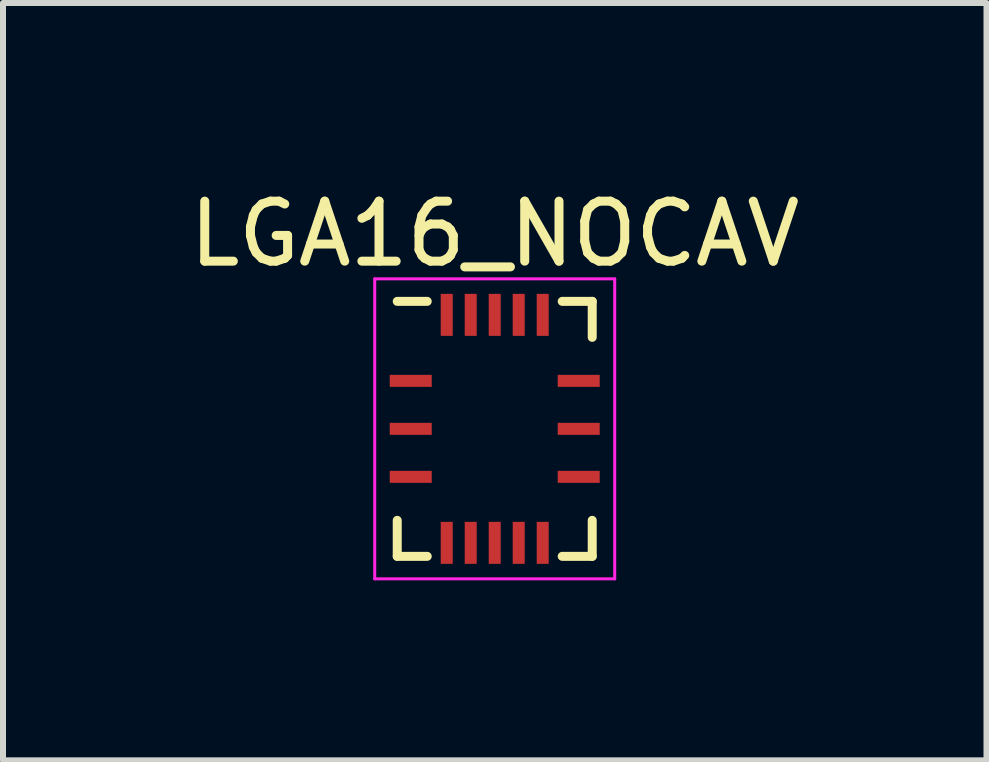
<source format=kicad_pcb>
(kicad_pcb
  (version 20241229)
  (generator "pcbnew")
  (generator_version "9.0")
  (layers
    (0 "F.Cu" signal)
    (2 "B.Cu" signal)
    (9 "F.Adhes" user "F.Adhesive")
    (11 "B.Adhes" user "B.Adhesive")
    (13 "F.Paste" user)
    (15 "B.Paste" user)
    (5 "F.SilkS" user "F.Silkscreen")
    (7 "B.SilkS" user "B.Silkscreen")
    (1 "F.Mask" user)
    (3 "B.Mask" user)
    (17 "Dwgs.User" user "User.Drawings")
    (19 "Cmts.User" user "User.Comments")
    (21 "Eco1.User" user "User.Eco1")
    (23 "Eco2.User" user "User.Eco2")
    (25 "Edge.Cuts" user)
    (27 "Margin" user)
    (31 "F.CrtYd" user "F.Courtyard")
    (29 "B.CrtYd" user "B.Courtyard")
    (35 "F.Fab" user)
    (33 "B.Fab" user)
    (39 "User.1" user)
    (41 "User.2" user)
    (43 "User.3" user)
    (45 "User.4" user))
  (footprint "LGA16_NOCAV"
    (layer "F.Cu")
    (at 5.196 4.098)
    (property "Reference" "LGA16_NOCAV" (at 0 -3.25 0) (layer "F.SilkS") (effects (font (size 1 1) (thickness 0.15))))
    (attr smd)
    (fp_line (start -1.625 -2.125) (end -1.125 -2.125) (stroke (width 0.15) (type solid)) (layer "F.SilkS"))
    (fp_line (start -1.625 2.125) (end -1.625 1.525) (stroke (width 0.15) (type solid)) (layer "F.SilkS"))
    (fp_line (start -1.625 2.125) (end -1.125 2.125) (stroke (width 0.15) (type solid)) (layer "F.SilkS"))
    (fp_line (start 1.625 -2.125) (end 1.125 -2.125) (stroke (width 0.15) (type solid)) (layer "F.SilkS"))
    (fp_line (start 1.625 -2.125) (end 1.625 -1.525) (stroke (width 0.15) (type solid)) (layer "F.SilkS"))
    (fp_line (start 1.625 2.125) (end 1.125 2.125) (stroke (width 0.15) (type solid)) (layer "F.SilkS"))
    (fp_line (start 1.625 2.125) (end 1.625 1.525) (stroke (width 0.15) (type solid)) (layer "F.SilkS"))
    (fp_line (start -2 -2.5) (end -2 2.5) (stroke (width 0.05) (type solid)) (layer "F.CrtYd"))
    (fp_line (start -2 -2.5) (end 2 -2.5) (stroke (width 0.05) (type solid)) (layer "F.CrtYd"))
    (fp_line (start -2 2.5) (end 2 2.5) (stroke (width 0.05) (type solid)) (layer "F.CrtYd"))
    (fp_line (start 2 -2.5) (end 2 2.5) (stroke (width 0.05) (type solid)) (layer "F.CrtYd"))
    (pad "1" smd rect (at -0.8 -1.9 90) (size 0.7 0.2) (layers "F.Cu" "F.Mask" "F.Paste"))
    (pad "2" smd rect (at -1.4 -0.8) (size 0.7 0.2) (layers "F.Cu" "F.Mask" "F.Paste"))
    (pad "2" smd rect (at -0.4 -1.9 90) (size 0.7 0.2) (layers "F.Cu" "F.Mask" "F.Paste"))
    (pad "3" smd rect (at 0 -1.9 90) (size 0.7 0.2) (layers "F.Cu" "F.Mask" "F.Paste"))
    (pad "4" smd rect (at -1.4 0) (size 0.7 0.2) (layers "F.Cu" "F.Mask" "F.Paste"))
    (pad "4" smd rect (at 0.4 -1.9 90) (size 0.7 0.2) (layers "F.Cu" "F.Mask" "F.Paste"))
    (pad "5" smd rect (at 0.8 -1.9 90) (size 0.7 0.2) (layers "F.Cu" "F.Mask" "F.Paste"))
    (pad "6" smd rect (at -1.4 0.8) (size 0.7 0.2) (layers "F.Cu" "F.Mask" "F.Paste"))
    (pad "6" smd rect (at 1.4 -0.8) (size 0.7 0.2) (layers "F.Cu" "F.Mask" "F.Paste"))
    (pad "7" smd rect (at 1.4 0) (size 0.7 0.2) (layers "F.Cu" "F.Mask" "F.Paste"))
    (pad "8" smd rect (at -0.8 1.9 90) (size 0.7 0.2) (layers "F.Cu" "F.Mask" "F.Paste"))
    (pad "8" smd rect (at 1.4 0.8) (size 0.7 0.2) (layers "F.Cu" "F.Mask" "F.Paste"))
    (pad "9" smd rect (at -0.4 1.9 90) (size 0.7 0.2) (layers "F.Cu" "F.Mask" "F.Paste"))
    (pad "9" smd rect (at 0.8 1.9 90) (size 0.7 0.2) (layers "F.Cu" "F.Mask" "F.Paste"))
    (pad "10" smd rect (at 0 1.9 90) (size 0.7 0.2) (layers "F.Cu" "F.Mask" "F.Paste"))
    (pad "10" smd rect (at 0.4 1.9 90) (size 0.7 0.2) (layers "F.Cu" "F.Mask" "F.Paste")))
  (gr_rect
    (start -3 -3)
    (end 13.393 9.623)
    (stroke (width 0.1) (type default))
    (fill no)
    (layer "Edge.Cuts")))
</source>
